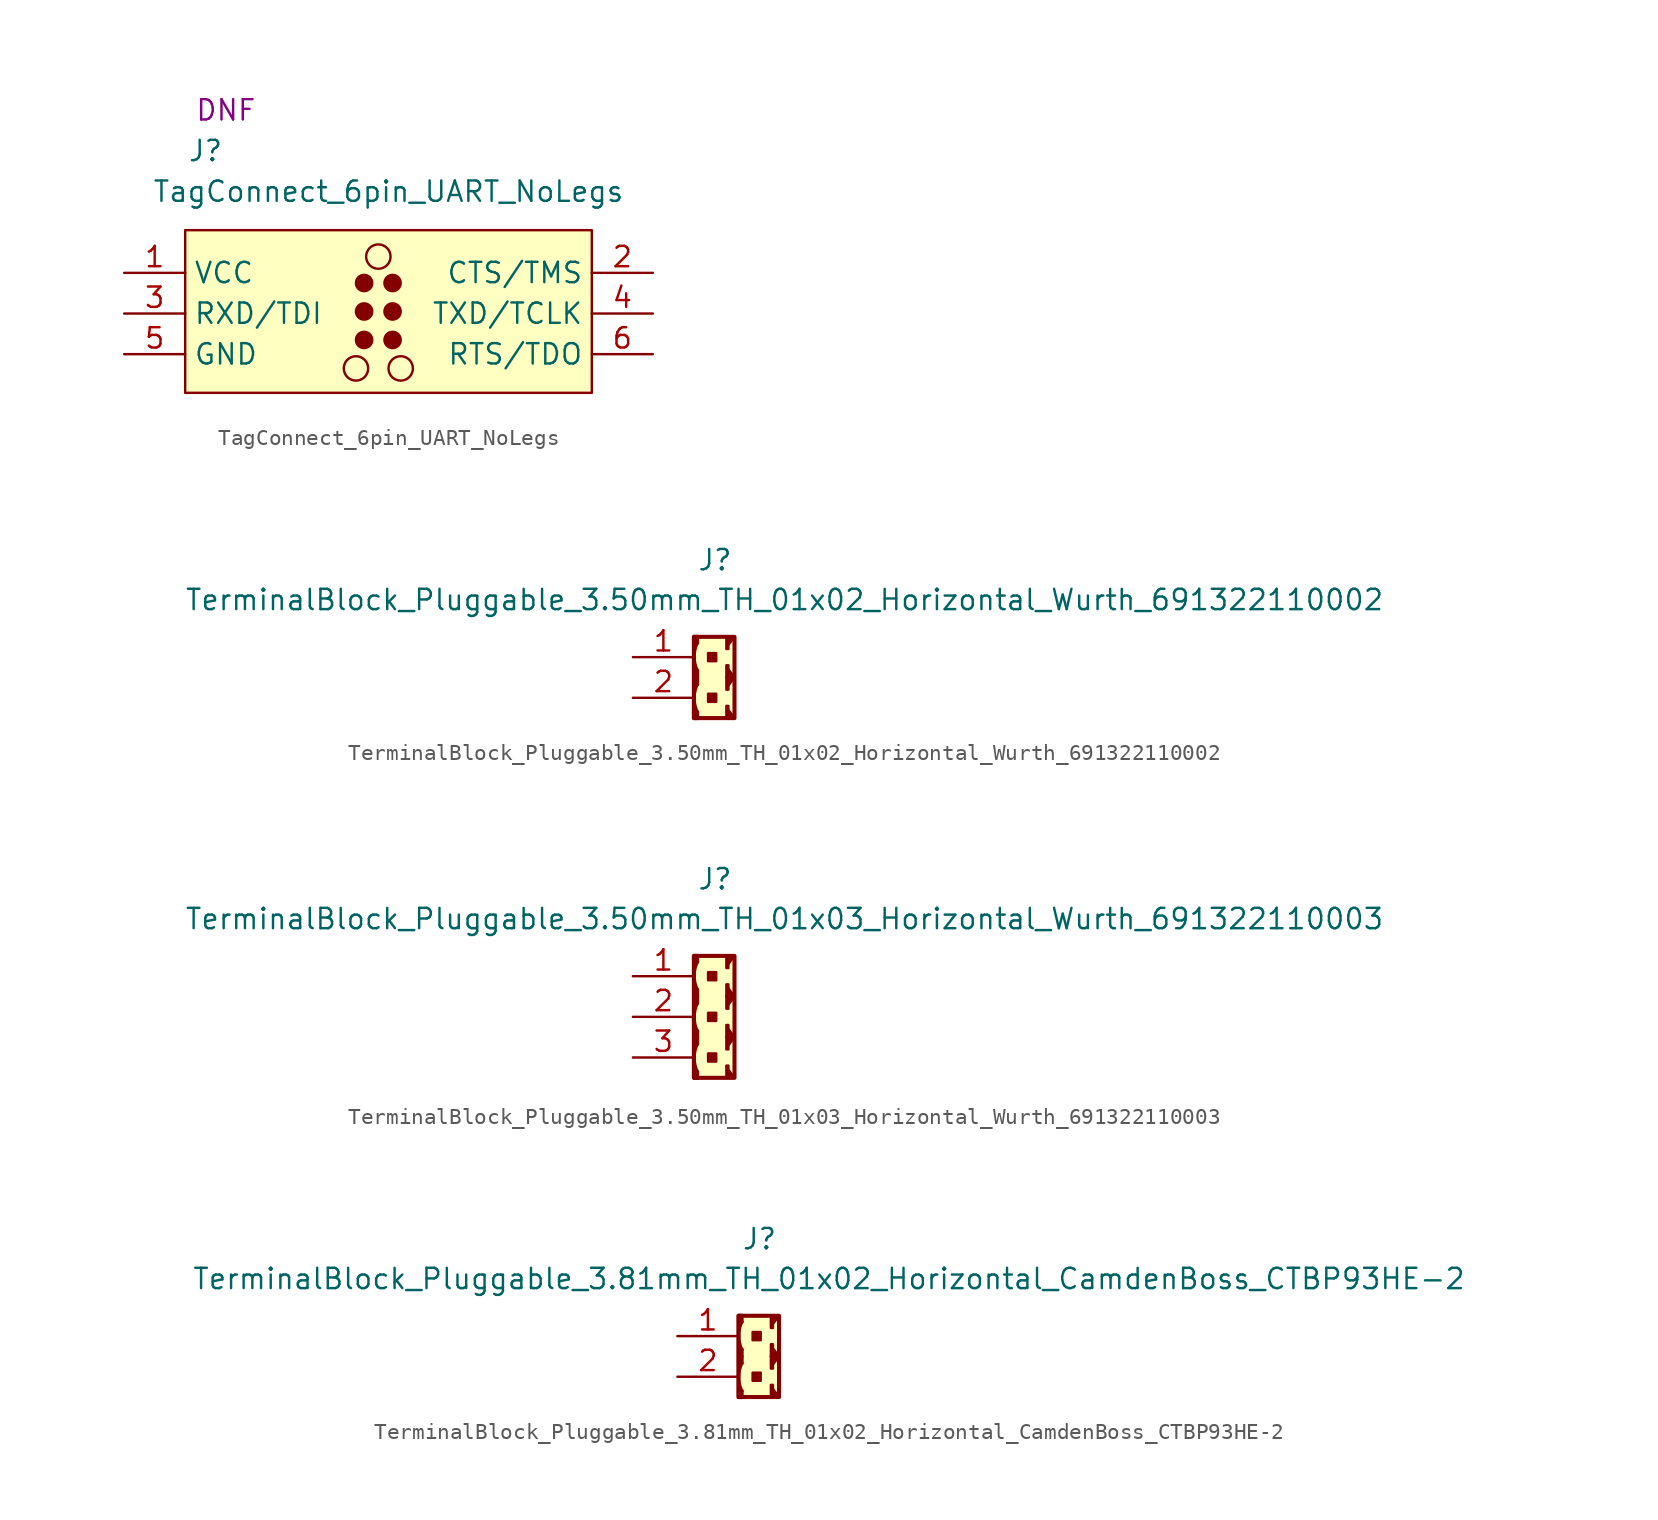
<source format=kicad_sym>
(kicad_symbol_lib
  (version 20241209)
  (generator "kicad_symbol_editor")
  (generator_version "9.0")
  (symbol "TagConnect_6pin_UART_NoLegs"
    (property "Reference" "J"
      (at -11.43 10.16 0)
      (effects (font (size 1.27 1.27))))
    (property "Value" "TagConnect_6pin_UART_NoLegs"
      (at 0 7.62 0)
      (effects (font (size 1.27 1.27))))
    (property "FitPart" "DNF"
      (at -10.16 12.7 0)
      (effects (font (size 1.27 1.27))))
    (symbol "TagConnect_6pin_UART_NoLegs_0_0"
      (pin power_out line (at -16.51 2.54 0) (length 3.81) (name "VCC" (effects (font (size 1.27 1.27)))) (number "1" (effects (font (size 1.27 1.27)))))
      (pin input line (at -16.51 0 0) (length 3.81) (name "RXD/TDI" (effects (font (size 1.27 1.27)))) (number "3" (effects (font (size 1.27 1.27)))))
      (pin power_in line (at -16.51 -2.54 0) (length 3.81) (name "GND" (effects (font (size 1.27 1.27)))) (number "5" (effects (font (size 1.27 1.27)))))
      (pin input line (at 16.51 2.54 180) (length 3.81) (name "CTS/TMS" (effects (font (size 1.27 1.27)))) (number "2" (effects (font (size 1.27 1.27)))))
      (pin output line (at 16.51 0 180) (length 3.81) (name "TXD/TCLK" (effects (font (size 1.27 1.27)))) (number "4" (effects (font (size 1.27 1.27)))))
      (pin output line (at 16.51 -2.54 180) (length 3.81) (name "RTS/TDO" (effects (font (size 1.27 1.27)))) (number "6" (effects (font (size 1.27 1.27))))))
    (symbol "TagConnect_6pin_UART_NoLegs_0_1"
      (rectangle (start -12.7 5.207) (end 12.7 -4.953) (stroke (width 0) (type default)) (fill (type background)))
      (circle (center -2.032 -3.429) (radius 0.762) (stroke (width 0) (type default)) (fill (type none)))
      (circle (center -1.524 1.905) (radius 0.508) (stroke (width 0) (type default)) (fill (type outline)))
      (circle (center -1.524 0.127) (radius 0.508) (stroke (width 0) (type default)) (fill (type outline)))
      (circle (center -1.524 -1.651) (radius 0.508) (stroke (width 0) (type default)) (fill (type outline)))
      (circle (center -0.635 3.556) (radius 0.762) (stroke (width 0) (type default)) (fill (type none)))
      (circle (center 0.762 -3.429) (radius 0.762) (stroke (width 0) (type default)) (fill (type none))))
    (symbol "TagConnect_6pin_UART_NoLegs_1_1"
      (circle (center 0.254 1.905) (radius 0.508) (stroke (width 0) (type default)) (fill (type outline)))
      (circle (center 0.254 0.127) (radius 0.508) (stroke (width 0) (type default)) (fill (type outline)))
      (circle (center 0.254 -1.651) (radius 0.508) (stroke (width 0) (type default)) (fill (type outline)))))
  (symbol "TerminalBlock_Pluggable_3.50mm_TH_01x02_Horizontal_Wurth_691322110002"
    (pin_names
      (offset 1.27)
      (hide yes))
    (property "Reference" "J"
      (at 0.051 7.341 0)
      (effects (font (size 1.27 1.27))))
    (property "Value" "TerminalBlock_Pluggable_3.50mm_TH_01x02_Horizontal_Wurth_691322110002"
      (at 4.394 4.851 0)
      (effects (font (size 1.27 1.27))))
    (symbol "TerminalBlock_Pluggable_3.50mm_TH_01x02_Horizontal_Wurth_691322110002_0_1"
      (polyline (pts (xy -1.219 2.489) (xy -1.27 -2.54)) (stroke (width 0) (type default)) (fill (type none)))
      (rectangle (start -1.016 2.134) (end -1.27 2.591) (stroke (width 0) (type default)) (fill (type outline)))
      (rectangle (start -1.016 0) (end -1.27 0.457) (stroke (width 0) (type default)) (fill (type outline)))
      (rectangle (start -1.016 -0.457) (end -1.27 0) (stroke (width 0) (type default)) (fill (type outline)))
      (rectangle (start -1.016 -2.591) (end -1.27 -2.134) (stroke (width 0) (type default)) (fill (type outline)))
      (rectangle (start -0.381 1.524) (end 0.127 1.016) (stroke (width 0) (type default)) (fill (type outline)))
      (rectangle (start -0.381 -1.016) (end 0.127 -1.524) (stroke (width 0) (type default)) (fill (type outline)))
      (arc (start -1.016 0.4064) (mid -1.2259 1.2954) (end -1.016 2.1844) (stroke (width 0) (type default)) (fill (type none)))
      (arc (start -1.016 -2.1844) (mid -1.2259 -1.2954) (end -1.016 -0.4064) (stroke (width 0) (type default)) (fill (type none)))
      (rectangle (start 0.762 1.778) (end 0.889 2.54) (stroke (width 0) (type default)) (fill (type none)))
      (rectangle (start 0.762 0.762) (end 0.889 0) (stroke (width 0) (type default)) (fill (type none)))
      (polyline (pts (xy 0.762 0) (xy 1.27 0)) (stroke (width 0) (type default)) (fill (type none)))
      (rectangle (start 0.762 -0.762) (end 0.889 0) (stroke (width 0) (type default)) (fill (type none)))
      (rectangle (start 0.762 -1.778) (end 0.889 -2.54) (stroke (width 0) (type default)) (fill (type none)))
      (polyline (pts (xy 0.762 -2.54) (xy 1.27 -2.54)) (stroke (width 0) (type default)) (fill (type none)))
      (polyline (pts (xy 0.889 2.032) (xy 1.27 2.54) (xy 1.143 2.54) (xy 0.889 2.286)) (stroke (width 0) (type default)) (fill (type none)))
      (polyline (pts (xy 0.889 0.508) (xy 1.27 0) (xy 1.143 0) (xy 0.889 0.254)) (stroke (width 0) (type default)) (fill (type none)))
      (polyline (pts (xy 0.889 -0.508) (xy 1.27 0) (xy 1.143 0) (xy 0.889 -0.254)) (stroke (width 0) (type default)) (fill (type none)))
      (polyline (pts (xy 0.889 -2.032) (xy 1.27 -2.54) (xy 1.143 -2.54) (xy 0.889 -2.286)) (stroke (width 0) (type default)) (fill (type none))))
    (symbol "TerminalBlock_Pluggable_3.50mm_TH_01x02_Horizontal_Wurth_691322110002_1_1"
      (rectangle (start -1.27 2.54) (end 1.27 -2.54) (stroke (width 0.254) (type default)) (fill (type background)))
      (pin passive line (at -5.08 1.27 0) (length 3.81) (name "Pin_1" (effects (font (size 1.27 1.27)))) (number "1" (effects (font (size 1.27 1.27)))))
      (pin passive line (at -5.08 -1.27 0) (length 3.81) (name "Pin_2" (effects (font (size 1.27 1.27)))) (number "2" (effects (font (size 1.27 1.27)))))))
  (symbol "TerminalBlock_Pluggable_3.50mm_TH_01x03_Horizontal_Wurth_691322110003"
    (pin_names
      (offset 1.27)
      (hide yes))
    (property "Reference" "J"
      (at 0.051 8.611 0)
      (effects (font (size 1.27 1.27))))
    (property "Value" "TerminalBlock_Pluggable_3.50mm_TH_01x03_Horizontal_Wurth_691322110003"
      (at 4.394 6.121 0)
      (effects (font (size 1.27 1.27))))
    (symbol "TerminalBlock_Pluggable_3.50mm_TH_01x03_Horizontal_Wurth_691322110003_0_1"
      (polyline (pts (xy -1.219 3.759) (xy -1.219 -3.861)) (stroke (width 0) (type default)) (fill (type none)))
      (rectangle (start -1.016 3.404) (end -1.27 3.861) (stroke (width 0) (type default)) (fill (type outline)))
      (rectangle (start -1.016 1.27) (end -1.27 1.727) (stroke (width 0) (type default)) (fill (type outline)))
      (rectangle (start -1.016 0.813) (end -1.27 1.27) (stroke (width 0) (type default)) (fill (type outline)))
      (rectangle (start -1.016 -1.321) (end -1.27 -0.864) (stroke (width 0) (type default)) (fill (type outline)))
      (rectangle (start -1.016 -1.727) (end -1.27 -1.27) (stroke (width 0) (type default)) (fill (type outline)))
      (rectangle (start -1.016 -3.861) (end -1.27 -3.404) (stroke (width 0) (type default)) (fill (type outline)))
      (rectangle (start -0.381 2.794) (end 0.127 2.286) (stroke (width 0) (type default)) (fill (type outline)))
      (rectangle (start -0.381 0.254) (end 0.127 -0.254) (stroke (width 0) (type default)) (fill (type outline)))
      (rectangle (start -0.381 -2.286) (end 0.127 -2.794) (stroke (width 0) (type default)) (fill (type outline)))
      (arc (start -1.016 1.6764) (mid -1.2259 2.5654) (end -1.016 3.4544) (stroke (width 0) (type default)) (fill (type none)))
      (arc (start -1.016 -0.9144) (mid -1.2259 -0.0254) (end -1.016 0.8636) (stroke (width 0) (type default)) (fill (type none)))
      (arc (start -1.016 -3.4544) (mid -1.2259 -2.5654) (end -1.016 -1.6764) (stroke (width 0) (type default)) (fill (type none)))
      (rectangle (start 0.762 3.048) (end 0.889 3.81) (stroke (width 0) (type default)) (fill (type none)))
      (rectangle (start 0.762 2.032) (end 0.889 1.27) (stroke (width 0) (type default)) (fill (type none)))
      (polyline (pts (xy 0.762 1.27) (xy 1.27 1.27)) (stroke (width 0) (type default)) (fill (type none)))
      (rectangle (start 0.762 0.508) (end 0.889 1.27) (stroke (width 0) (type default)) (fill (type none)))
      (rectangle (start 0.762 -0.508) (end 0.889 -1.27) (stroke (width 0) (type default)) (fill (type none)))
      (polyline (pts (xy 0.762 -1.27) (xy 1.27 -1.27)) (stroke (width 0) (type default)) (fill (type none)))
      (rectangle (start 0.762 -2.032) (end 0.889 -1.27) (stroke (width 0) (type default)) (fill (type none)))
      (rectangle (start 0.762 -3.048) (end 0.889 -3.81) (stroke (width 0) (type default)) (fill (type none)))
      (polyline (pts (xy 0.762 -3.81) (xy 1.27 -3.81)) (stroke (width 0) (type default)) (fill (type none)))
      (polyline (pts (xy 0.889 3.302) (xy 1.27 3.81) (xy 1.143 3.81) (xy 0.889 3.556)) (stroke (width 0) (type default)) (fill (type none)))
      (polyline (pts (xy 0.889 1.778) (xy 1.27 1.27) (xy 1.143 1.27) (xy 0.889 1.524)) (stroke (width 0) (type default)) (fill (type none)))
      (polyline (pts (xy 0.889 0.762) (xy 1.27 1.27) (xy 1.143 1.27) (xy 0.889 1.016)) (stroke (width 0) (type default)) (fill (type none)))
      (polyline (pts (xy 0.889 -0.762) (xy 1.27 -1.27) (xy 1.143 -1.27) (xy 0.889 -1.016)) (stroke (width 0) (type default)) (fill (type none)))
      (polyline (pts (xy 0.889 -1.778) (xy 1.27 -1.27) (xy 1.143 -1.27) (xy 0.889 -1.524)) (stroke (width 0) (type default)) (fill (type none)))
      (polyline (pts (xy 0.889 -3.302) (xy 1.27 -3.81) (xy 1.143 -3.81) (xy 0.889 -3.556)) (stroke (width 0) (type default)) (fill (type none))))
    (symbol "TerminalBlock_Pluggable_3.50mm_TH_01x03_Horizontal_Wurth_691322110003_1_1"
      (rectangle (start -1.27 3.81) (end 1.27 -3.81) (stroke (width 0.254) (type default)) (fill (type background)))
      (pin passive line (at -5.08 2.54 0) (length 3.81) (name "Pin_1" (effects (font (size 1.27 1.27)))) (number "1" (effects (font (size 1.27 1.27)))))
      (pin passive line (at -5.08 0 0) (length 3.81) (name "Pin_2" (effects (font (size 1.27 1.27)))) (number "2" (effects (font (size 1.27 1.27)))))
      (pin passive line (at -5.08 -2.54 0) (length 3.81) (name "Pin_3" (effects (font (size 1.27 1.27)))) (number "3" (effects (font (size 1.27 1.27)))))))
  (symbol "TerminalBlock_Pluggable_3.81mm_TH_01x02_Horizontal_CamdenBoss_CTBP93HE-2"
    (pin_names
      (offset 1.27)
      (hide yes))
    (property "Reference" "J"
      (at 0.051 7.341 0)
      (effects (font (size 1.27 1.27))))
    (property "Value" "TerminalBlock_Pluggable_3.81mm_TH_01x02_Horizontal_CamdenBoss_CTBP93HE-2"
      (at 4.394 4.851 0)
      (effects (font (size 1.27 1.27))))
    (symbol "TerminalBlock_Pluggable_3.81mm_TH_01x02_Horizontal_CamdenBoss_CTBP93HE-2_0_1"
      (polyline (pts (xy -1.219 2.489) (xy -1.27 -2.54)) (stroke (width 0) (type default)) (fill (type none)))
      (rectangle (start -1.016 2.134) (end -1.27 2.591) (stroke (width 0) (type default)) (fill (type outline)))
      (rectangle (start -1.016 0) (end -1.27 0.457) (stroke (width 0) (type default)) (fill (type outline)))
      (rectangle (start -1.016 -0.457) (end -1.27 0) (stroke (width 0) (type default)) (fill (type outline)))
      (rectangle (start -1.016 -2.591) (end -1.27 -2.134) (stroke (width 0) (type default)) (fill (type outline)))
      (rectangle (start -0.381 1.524) (end 0.127 1.016) (stroke (width 0) (type default)) (fill (type outline)))
      (rectangle (start -0.381 -1.016) (end 0.127 -1.524) (stroke (width 0) (type default)) (fill (type outline)))
      (arc (start -1.016 0.4064) (mid -1.2259 1.2954) (end -1.016 2.1844) (stroke (width 0) (type default)) (fill (type none)))
      (arc (start -1.016 -2.1844) (mid -1.2259 -1.2954) (end -1.016 -0.4064) (stroke (width 0) (type default)) (fill (type none)))
      (rectangle (start 0.762 1.778) (end 0.889 2.54) (stroke (width 0) (type default)) (fill (type none)))
      (rectangle (start 0.762 0.762) (end 0.889 0) (stroke (width 0) (type default)) (fill (type none)))
      (polyline (pts (xy 0.762 0) (xy 1.27 0)) (stroke (width 0) (type default)) (fill (type none)))
      (rectangle (start 0.762 -0.762) (end 0.889 0) (stroke (width 0) (type default)) (fill (type none)))
      (rectangle (start 0.762 -1.778) (end 0.889 -2.54) (stroke (width 0) (type default)) (fill (type none)))
      (polyline (pts (xy 0.762 -2.54) (xy 1.27 -2.54)) (stroke (width 0) (type default)) (fill (type none)))
      (polyline (pts (xy 0.889 2.032) (xy 1.27 2.54) (xy 1.143 2.54) (xy 0.889 2.286)) (stroke (width 0) (type default)) (fill (type none)))
      (polyline (pts (xy 0.889 0.508) (xy 1.27 0) (xy 1.143 0) (xy 0.889 0.254)) (stroke (width 0) (type default)) (fill (type none)))
      (polyline (pts (xy 0.889 -0.508) (xy 1.27 0) (xy 1.143 0) (xy 0.889 -0.254)) (stroke (width 0) (type default)) (fill (type none)))
      (polyline (pts (xy 0.889 -2.032) (xy 1.27 -2.54) (xy 1.143 -2.54) (xy 0.889 -2.286)) (stroke (width 0) (type default)) (fill (type none))))
    (symbol "TerminalBlock_Pluggable_3.81mm_TH_01x02_Horizontal_CamdenBoss_CTBP93HE-2_1_1"
      (rectangle (start -1.27 2.54) (end 1.27 -2.54) (stroke (width 0.254) (type default)) (fill (type background)))
      (pin passive line (at -5.08 1.27 0) (length 3.81) (name "Pin_1" (effects (font (size 1.27 1.27)))) (number "1" (effects (font (size 1.27 1.27)))))
      (pin passive line (at -5.08 -1.27 0) (length 3.81) (name "Pin_2" (effects (font (size 1.27 1.27)))) (number "2" (effects (font (size 1.27 1.27))))))))
</source>
